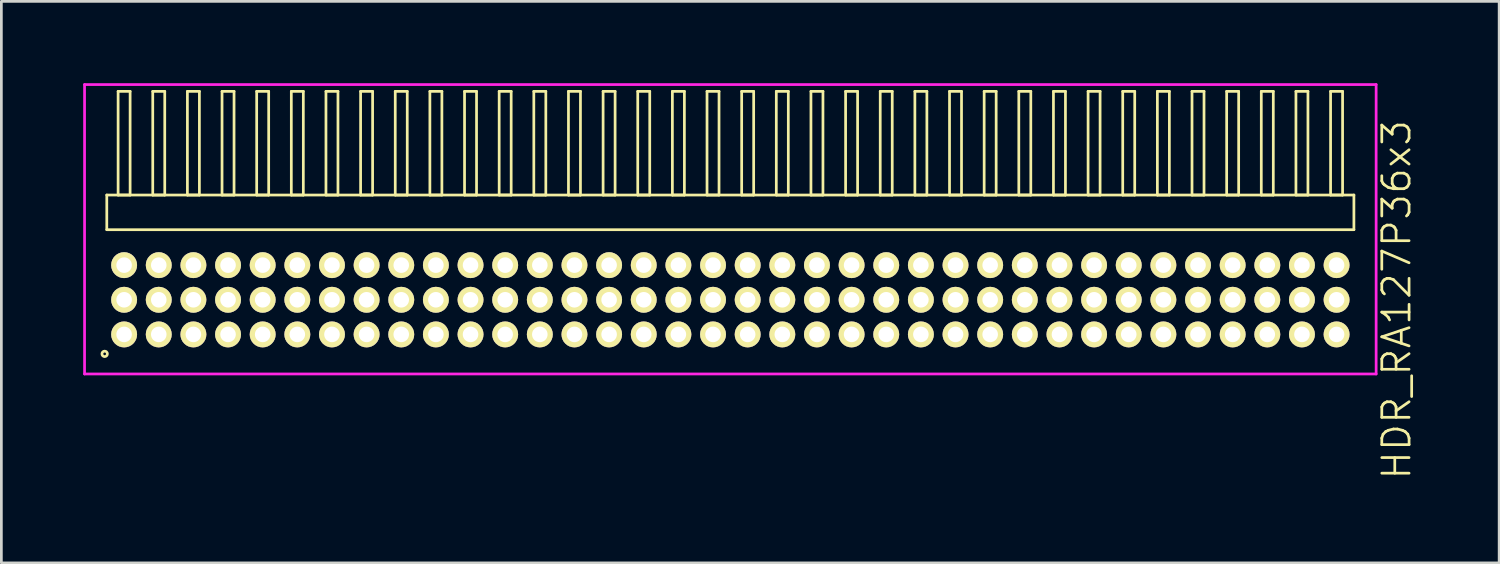
<source format=kicad_pcb>
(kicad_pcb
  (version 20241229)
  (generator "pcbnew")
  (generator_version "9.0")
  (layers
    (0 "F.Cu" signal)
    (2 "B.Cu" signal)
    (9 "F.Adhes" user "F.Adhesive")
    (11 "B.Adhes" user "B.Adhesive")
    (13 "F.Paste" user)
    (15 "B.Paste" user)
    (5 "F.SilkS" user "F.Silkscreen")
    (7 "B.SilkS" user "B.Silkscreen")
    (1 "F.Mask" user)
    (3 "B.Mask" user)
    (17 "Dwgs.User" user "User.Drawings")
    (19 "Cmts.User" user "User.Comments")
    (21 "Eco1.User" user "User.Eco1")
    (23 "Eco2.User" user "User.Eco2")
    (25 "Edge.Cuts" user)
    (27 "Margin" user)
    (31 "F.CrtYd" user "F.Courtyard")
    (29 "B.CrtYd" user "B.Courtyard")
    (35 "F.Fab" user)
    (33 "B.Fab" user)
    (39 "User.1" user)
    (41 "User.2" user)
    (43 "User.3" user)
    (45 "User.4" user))
  (footprint "HDR_RA127P36x3"
    (layer "F.Cu")
    (at 23.725 7.94)
    (property "Reference" "HDR_RA127P36x3" (at 24.425 0 90) (layer "F.SilkS") (effects (font (size 1 1) (thickness 0.1))))
    (attr through_hole)
    (fp_line (start -22.86 -3.84) (end -22.86 -2.57) (stroke (width 0.1) (type solid)) (layer "F.SilkS"))
    (fp_line (start -22.86 -2.57) (end 22.86 -2.57) (stroke (width 0.1) (type solid)) (layer "F.SilkS"))
    (fp_line (start -22.445 -7.64) (end -22.445 -3.84) (stroke (width 0.1) (type solid)) (layer "F.SilkS"))
    (fp_line (start -22.445 -3.84) (end -22.005 -3.84) (stroke (width 0.1) (type solid)) (layer "F.SilkS"))
    (fp_line (start -22.005 -7.64) (end -22.445 -7.64) (stroke (width 0.1) (type solid)) (layer "F.SilkS"))
    (fp_line (start -22.005 -3.84) (end -22.005 -7.64) (stroke (width 0.1) (type solid)) (layer "F.SilkS"))
    (fp_line (start -21.175 -7.64) (end -21.175 -3.84) (stroke (width 0.1) (type solid)) (layer "F.SilkS"))
    (fp_line (start -21.175 -3.84) (end -20.735 -3.84) (stroke (width 0.1) (type solid)) (layer "F.SilkS"))
    (fp_line (start -20.735 -7.64) (end -21.175 -7.64) (stroke (width 0.1) (type solid)) (layer "F.SilkS"))
    (fp_line (start -20.735 -3.84) (end -20.735 -7.64) (stroke (width 0.1) (type solid)) (layer "F.SilkS"))
    (fp_line (start -19.905 -7.64) (end -19.905 -3.84) (stroke (width 0.1) (type solid)) (layer "F.SilkS"))
    (fp_line (start -19.905 -3.84) (end -19.465 -3.84) (stroke (width 0.1) (type solid)) (layer "F.SilkS"))
    (fp_line (start -19.465 -7.64) (end -19.905 -7.64) (stroke (width 0.1) (type solid)) (layer "F.SilkS"))
    (fp_line (start -19.465 -3.84) (end -19.465 -7.64) (stroke (width 0.1) (type solid)) (layer "F.SilkS"))
    (fp_line (start -18.635 -7.64) (end -18.635 -3.84) (stroke (width 0.1) (type solid)) (layer "F.SilkS"))
    (fp_line (start -18.635 -3.84) (end -18.195 -3.84) (stroke (width 0.1) (type solid)) (layer "F.SilkS"))
    (fp_line (start -18.195 -7.64) (end -18.635 -7.64) (stroke (width 0.1) (type solid)) (layer "F.SilkS"))
    (fp_line (start -18.195 -3.84) (end -18.195 -7.64) (stroke (width 0.1) (type solid)) (layer "F.SilkS"))
    (fp_line (start -17.365 -7.64) (end -17.365 -3.84) (stroke (width 0.1) (type solid)) (layer "F.SilkS"))
    (fp_line (start -17.365 -3.84) (end -16.925 -3.84) (stroke (width 0.1) (type solid)) (layer "F.SilkS"))
    (fp_line (start -16.925 -7.64) (end -17.365 -7.64) (stroke (width 0.1) (type solid)) (layer "F.SilkS"))
    (fp_line (start -16.925 -3.84) (end -16.925 -7.64) (stroke (width 0.1) (type solid)) (layer "F.SilkS"))
    (fp_line (start -16.095 -7.64) (end -16.095 -3.84) (stroke (width 0.1) (type solid)) (layer "F.SilkS"))
    (fp_line (start -16.095 -3.84) (end -15.655 -3.84) (stroke (width 0.1) (type solid)) (layer "F.SilkS"))
    (fp_line (start -15.655 -7.64) (end -16.095 -7.64) (stroke (width 0.1) (type solid)) (layer "F.SilkS"))
    (fp_line (start -15.655 -3.84) (end -15.655 -7.64) (stroke (width 0.1) (type solid)) (layer "F.SilkS"))
    (fp_line (start -14.825 -7.64) (end -14.825 -3.84) (stroke (width 0.1) (type solid)) (layer "F.SilkS"))
    (fp_line (start -14.825 -3.84) (end -14.385 -3.84) (stroke (width 0.1) (type solid)) (layer "F.SilkS"))
    (fp_line (start -14.385 -7.64) (end -14.825 -7.64) (stroke (width 0.1) (type solid)) (layer "F.SilkS"))
    (fp_line (start -14.385 -3.84) (end -14.385 -7.64) (stroke (width 0.1) (type solid)) (layer "F.SilkS"))
    (fp_line (start -13.555 -7.64) (end -13.555 -3.84) (stroke (width 0.1) (type solid)) (layer "F.SilkS"))
    (fp_line (start -13.555 -3.84) (end -13.115 -3.84) (stroke (width 0.1) (type solid)) (layer "F.SilkS"))
    (fp_line (start -13.115 -7.64) (end -13.555 -7.64) (stroke (width 0.1) (type solid)) (layer "F.SilkS"))
    (fp_line (start -13.115 -3.84) (end -13.115 -7.64) (stroke (width 0.1) (type solid)) (layer "F.SilkS"))
    (fp_line (start -12.285 -7.64) (end -12.285 -3.84) (stroke (width 0.1) (type solid)) (layer "F.SilkS"))
    (fp_line (start -12.285 -3.84) (end -11.845 -3.84) (stroke (width 0.1) (type solid)) (layer "F.SilkS"))
    (fp_line (start -11.845 -7.64) (end -12.285 -7.64) (stroke (width 0.1) (type solid)) (layer "F.SilkS"))
    (fp_line (start -11.845 -3.84) (end -11.845 -7.64) (stroke (width 0.1) (type solid)) (layer "F.SilkS"))
    (fp_line (start -11.015 -7.64) (end -11.015 -3.84) (stroke (width 0.1) (type solid)) (layer "F.SilkS"))
    (fp_line (start -11.015 -3.84) (end -10.575 -3.84) (stroke (width 0.1) (type solid)) (layer "F.SilkS"))
    (fp_line (start -10.575 -7.64) (end -11.015 -7.64) (stroke (width 0.1) (type solid)) (layer "F.SilkS"))
    (fp_line (start -10.575 -3.84) (end -10.575 -7.64) (stroke (width 0.1) (type solid)) (layer "F.SilkS"))
    (fp_line (start -9.745 -7.64) (end -9.745 -3.84) (stroke (width 0.1) (type solid)) (layer "F.SilkS"))
    (fp_line (start -9.745 -3.84) (end -9.305 -3.84) (stroke (width 0.1) (type solid)) (layer "F.SilkS"))
    (fp_line (start -9.305 -7.64) (end -9.745 -7.64) (stroke (width 0.1) (type solid)) (layer "F.SilkS"))
    (fp_line (start -9.305 -3.84) (end -9.305 -7.64) (stroke (width 0.1) (type solid)) (layer "F.SilkS"))
    (fp_line (start -8.475 -7.64) (end -8.475 -3.84) (stroke (width 0.1) (type solid)) (layer "F.SilkS"))
    (fp_line (start -8.475 -3.84) (end -8.035 -3.84) (stroke (width 0.1) (type solid)) (layer "F.SilkS"))
    (fp_line (start -8.035 -7.64) (end -8.475 -7.64) (stroke (width 0.1) (type solid)) (layer "F.SilkS"))
    (fp_line (start -8.035 -3.84) (end -8.035 -7.64) (stroke (width 0.1) (type solid)) (layer "F.SilkS"))
    (fp_line (start -7.205 -7.64) (end -7.205 -3.84) (stroke (width 0.1) (type solid)) (layer "F.SilkS"))
    (fp_line (start -7.205 -3.84) (end -6.765 -3.84) (stroke (width 0.1) (type solid)) (layer "F.SilkS"))
    (fp_line (start -6.765 -7.64) (end -7.205 -7.64) (stroke (width 0.1) (type solid)) (layer "F.SilkS"))
    (fp_line (start -6.765 -3.84) (end -6.765 -7.64) (stroke (width 0.1) (type solid)) (layer "F.SilkS"))
    (fp_line (start -5.935 -7.64) (end -5.935 -3.84) (stroke (width 0.1) (type solid)) (layer "F.SilkS"))
    (fp_line (start -5.935 -3.84) (end -5.495 -3.84) (stroke (width 0.1) (type solid)) (layer "F.SilkS"))
    (fp_line (start -5.495 -7.64) (end -5.935 -7.64) (stroke (width 0.1) (type solid)) (layer "F.SilkS"))
    (fp_line (start -5.495 -3.84) (end -5.495 -7.64) (stroke (width 0.1) (type solid)) (layer "F.SilkS"))
    (fp_line (start -4.665 -7.64) (end -4.665 -3.84) (stroke (width 0.1) (type solid)) (layer "F.SilkS"))
    (fp_line (start -4.665 -3.84) (end -4.225 -3.84) (stroke (width 0.1) (type solid)) (layer "F.SilkS"))
    (fp_line (start -4.225 -7.64) (end -4.665 -7.64) (stroke (width 0.1) (type solid)) (layer "F.SilkS"))
    (fp_line (start -4.225 -3.84) (end -4.225 -7.64) (stroke (width 0.1) (type solid)) (layer "F.SilkS"))
    (fp_line (start -3.395 -7.64) (end -3.395 -3.84) (stroke (width 0.1) (type solid)) (layer "F.SilkS"))
    (fp_line (start -3.395 -3.84) (end -2.955 -3.84) (stroke (width 0.1) (type solid)) (layer "F.SilkS"))
    (fp_line (start -2.955 -7.64) (end -3.395 -7.64) (stroke (width 0.1) (type solid)) (layer "F.SilkS"))
    (fp_line (start -2.955 -3.84) (end -2.955 -7.64) (stroke (width 0.1) (type solid)) (layer "F.SilkS"))
    (fp_line (start -2.125 -7.64) (end -2.125 -3.84) (stroke (width 0.1) (type solid)) (layer "F.SilkS"))
    (fp_line (start -2.125 -3.84) (end -1.685 -3.84) (stroke (width 0.1) (type solid)) (layer "F.SilkS"))
    (fp_line (start -1.685 -7.64) (end -2.125 -7.64) (stroke (width 0.1) (type solid)) (layer "F.SilkS"))
    (fp_line (start -1.685 -3.84) (end -1.685 -7.64) (stroke (width 0.1) (type solid)) (layer "F.SilkS"))
    (fp_line (start -0.855 -7.64) (end -0.855 -3.84) (stroke (width 0.1) (type solid)) (layer "F.SilkS"))
    (fp_line (start -0.855 -3.84) (end -0.415 -3.84) (stroke (width 0.1) (type solid)) (layer "F.SilkS"))
    (fp_line (start -0.415 -7.64) (end -0.855 -7.64) (stroke (width 0.1) (type solid)) (layer "F.SilkS"))
    (fp_line (start -0.415 -3.84) (end -0.415 -7.64) (stroke (width 0.1) (type solid)) (layer "F.SilkS"))
    (fp_line (start 0.415 -7.64) (end 0.415 -3.84) (stroke (width 0.1) (type solid)) (layer "F.SilkS"))
    (fp_line (start 0.415 -3.84) (end 0.855 -3.84) (stroke (width 0.1) (type solid)) (layer "F.SilkS"))
    (fp_line (start 0.855 -7.64) (end 0.415 -7.64) (stroke (width 0.1) (type solid)) (layer "F.SilkS"))
    (fp_line (start 0.855 -3.84) (end 0.855 -7.64) (stroke (width 0.1) (type solid)) (layer "F.SilkS"))
    (fp_line (start 1.685 -7.64) (end 1.685 -3.84) (stroke (width 0.1) (type solid)) (layer "F.SilkS"))
    (fp_line (start 1.685 -3.84) (end 2.125 -3.84) (stroke (width 0.1) (type solid)) (layer "F.SilkS"))
    (fp_line (start 2.125 -7.64) (end 1.685 -7.64) (stroke (width 0.1) (type solid)) (layer "F.SilkS"))
    (fp_line (start 2.125 -3.84) (end 2.125 -7.64) (stroke (width 0.1) (type solid)) (layer "F.SilkS"))
    (fp_line (start 2.955 -7.64) (end 2.955 -3.84) (stroke (width 0.1) (type solid)) (layer "F.SilkS"))
    (fp_line (start 2.955 -3.84) (end 3.395 -3.84) (stroke (width 0.1) (type solid)) (layer "F.SilkS"))
    (fp_line (start 3.395 -7.64) (end 2.955 -7.64) (stroke (width 0.1) (type solid)) (layer "F.SilkS"))
    (fp_line (start 3.395 -3.84) (end 3.395 -7.64) (stroke (width 0.1) (type solid)) (layer "F.SilkS"))
    (fp_line (start 4.225 -7.64) (end 4.225 -3.84) (stroke (width 0.1) (type solid)) (layer "F.SilkS"))
    (fp_line (start 4.225 -3.84) (end 4.665 -3.84) (stroke (width 0.1) (type solid)) (layer "F.SilkS"))
    (fp_line (start 4.665 -7.64) (end 4.225 -7.64) (stroke (width 0.1) (type solid)) (layer "F.SilkS"))
    (fp_line (start 4.665 -3.84) (end 4.665 -7.64) (stroke (width 0.1) (type solid)) (layer "F.SilkS"))
    (fp_line (start 5.495 -7.64) (end 5.495 -3.84) (stroke (width 0.1) (type solid)) (layer "F.SilkS"))
    (fp_line (start 5.495 -3.84) (end 5.935 -3.84) (stroke (width 0.1) (type solid)) (layer "F.SilkS"))
    (fp_line (start 5.935 -7.64) (end 5.495 -7.64) (stroke (width 0.1) (type solid)) (layer "F.SilkS"))
    (fp_line (start 5.935 -3.84) (end 5.935 -7.64) (stroke (width 0.1) (type solid)) (layer "F.SilkS"))
    (fp_line (start 6.765 -7.64) (end 6.765 -3.84) (stroke (width 0.1) (type solid)) (layer "F.SilkS"))
    (fp_line (start 6.765 -3.84) (end 7.205 -3.84) (stroke (width 0.1) (type solid)) (layer "F.SilkS"))
    (fp_line (start 7.205 -7.64) (end 6.765 -7.64) (stroke (width 0.1) (type solid)) (layer "F.SilkS"))
    (fp_line (start 7.205 -3.84) (end 7.205 -7.64) (stroke (width 0.1) (type solid)) (layer "F.SilkS"))
    (fp_line (start 8.035 -7.64) (end 8.035 -3.84) (stroke (width 0.1) (type solid)) (layer "F.SilkS"))
    (fp_line (start 8.035 -3.84) (end 8.475 -3.84) (stroke (width 0.1) (type solid)) (layer "F.SilkS"))
    (fp_line (start 8.475 -7.64) (end 8.035 -7.64) (stroke (width 0.1) (type solid)) (layer "F.SilkS"))
    (fp_line (start 8.475 -3.84) (end 8.475 -7.64) (stroke (width 0.1) (type solid)) (layer "F.SilkS"))
    (fp_line (start 9.305 -7.64) (end 9.305 -3.84) (stroke (width 0.1) (type solid)) (layer "F.SilkS"))
    (fp_line (start 9.305 -3.84) (end 9.745 -3.84) (stroke (width 0.1) (type solid)) (layer "F.SilkS"))
    (fp_line (start 9.745 -7.64) (end 9.305 -7.64) (stroke (width 0.1) (type solid)) (layer "F.SilkS"))
    (fp_line (start 9.745 -3.84) (end 9.745 -7.64) (stroke (width 0.1) (type solid)) (layer "F.SilkS"))
    (fp_line (start 10.575 -7.64) (end 10.575 -3.84) (stroke (width 0.1) (type solid)) (layer "F.SilkS"))
    (fp_line (start 10.575 -3.84) (end 11.015 -3.84) (stroke (width 0.1) (type solid)) (layer "F.SilkS"))
    (fp_line (start 11.015 -7.64) (end 10.575 -7.64) (stroke (width 0.1) (type solid)) (layer "F.SilkS"))
    (fp_line (start 11.015 -3.84) (end 11.015 -7.64) (stroke (width 0.1) (type solid)) (layer "F.SilkS"))
    (fp_line (start 11.845 -7.64) (end 11.845 -3.84) (stroke (width 0.1) (type solid)) (layer "F.SilkS"))
    (fp_line (start 11.845 -3.84) (end 12.285 -3.84) (stroke (width 0.1) (type solid)) (layer "F.SilkS"))
    (fp_line (start 12.285 -7.64) (end 11.845 -7.64) (stroke (width 0.1) (type solid)) (layer "F.SilkS"))
    (fp_line (start 12.285 -3.84) (end 12.285 -7.64) (stroke (width 0.1) (type solid)) (layer "F.SilkS"))
    (fp_line (start 13.115 -7.64) (end 13.115 -3.84) (stroke (width 0.1) (type solid)) (layer "F.SilkS"))
    (fp_line (start 13.115 -3.84) (end 13.555 -3.84) (stroke (width 0.1) (type solid)) (layer "F.SilkS"))
    (fp_line (start 13.555 -7.64) (end 13.115 -7.64) (stroke (width 0.1) (type solid)) (layer "F.SilkS"))
    (fp_line (start 13.555 -3.84) (end 13.555 -7.64) (stroke (width 0.1) (type solid)) (layer "F.SilkS"))
    (fp_line (start 14.385 -7.64) (end 14.385 -3.84) (stroke (width 0.1) (type solid)) (layer "F.SilkS"))
    (fp_line (start 14.385 -3.84) (end 14.825 -3.84) (stroke (width 0.1) (type solid)) (layer "F.SilkS"))
    (fp_line (start 14.825 -7.64) (end 14.385 -7.64) (stroke (width 0.1) (type solid)) (layer "F.SilkS"))
    (fp_line (start 14.825 -3.84) (end 14.825 -7.64) (stroke (width 0.1) (type solid)) (layer "F.SilkS"))
    (fp_line (start 15.655 -7.64) (end 15.655 -3.84) (stroke (width 0.1) (type solid)) (layer "F.SilkS"))
    (fp_line (start 15.655 -3.84) (end 16.095 -3.84) (stroke (width 0.1) (type solid)) (layer "F.SilkS"))
    (fp_line (start 16.095 -7.64) (end 15.655 -7.64) (stroke (width 0.1) (type solid)) (layer "F.SilkS"))
    (fp_line (start 16.095 -3.84) (end 16.095 -7.64) (stroke (width 0.1) (type solid)) (layer "F.SilkS"))
    (fp_line (start 16.925 -7.64) (end 16.925 -3.84) (stroke (width 0.1) (type solid)) (layer "F.SilkS"))
    (fp_line (start 16.925 -3.84) (end 17.365 -3.84) (stroke (width 0.1) (type solid)) (layer "F.SilkS"))
    (fp_line (start 17.365 -7.64) (end 16.925 -7.64) (stroke (width 0.1) (type solid)) (layer "F.SilkS"))
    (fp_line (start 17.365 -3.84) (end 17.365 -7.64) (stroke (width 0.1) (type solid)) (layer "F.SilkS"))
    (fp_line (start 18.195 -7.64) (end 18.195 -3.84) (stroke (width 0.1) (type solid)) (layer "F.SilkS"))
    (fp_line (start 18.195 -3.84) (end 18.635 -3.84) (stroke (width 0.1) (type solid)) (layer "F.SilkS"))
    (fp_line (start 18.635 -7.64) (end 18.195 -7.64) (stroke (width 0.1) (type solid)) (layer "F.SilkS"))
    (fp_line (start 18.635 -3.84) (end 18.635 -7.64) (stroke (width 0.1) (type solid)) (layer "F.SilkS"))
    (fp_line (start 19.465 -7.64) (end 19.465 -3.84) (stroke (width 0.1) (type solid)) (layer "F.SilkS"))
    (fp_line (start 19.465 -3.84) (end 19.905 -3.84) (stroke (width 0.1) (type solid)) (layer "F.SilkS"))
    (fp_line (start 19.905 -7.64) (end 19.465 -7.64) (stroke (width 0.1) (type solid)) (layer "F.SilkS"))
    (fp_line (start 19.905 -3.84) (end 19.905 -7.64) (stroke (width 0.1) (type solid)) (layer "F.SilkS"))
    (fp_line (start 20.735 -7.64) (end 20.735 -3.84) (stroke (width 0.1) (type solid)) (layer "F.SilkS"))
    (fp_line (start 20.735 -3.84) (end 21.175 -3.84) (stroke (width 0.1) (type solid)) (layer "F.SilkS"))
    (fp_line (start 21.175 -7.64) (end 20.735 -7.64) (stroke (width 0.1) (type solid)) (layer "F.SilkS"))
    (fp_line (start 21.175 -3.84) (end 21.175 -7.64) (stroke (width 0.1) (type solid)) (layer "F.SilkS"))
    (fp_line (start 22.005 -7.64) (end 22.005 -3.84) (stroke (width 0.1) (type solid)) (layer "F.SilkS"))
    (fp_line (start 22.005 -3.84) (end 22.445 -3.84) (stroke (width 0.1) (type solid)) (layer "F.SilkS"))
    (fp_line (start 22.445 -7.64) (end 22.005 -7.64) (stroke (width 0.1) (type solid)) (layer "F.SilkS"))
    (fp_line (start 22.445 -3.84) (end 22.445 -7.64) (stroke (width 0.1) (type solid)) (layer "F.SilkS"))
    (fp_line (start 22.86 -3.84) (end -22.86 -3.84) (stroke (width 0.1) (type solid)) (layer "F.SilkS"))
    (fp_line (start 22.86 -2.57) (end 22.86 -3.84) (stroke (width 0.1) (type solid)) (layer "F.SilkS"))
    (fp_circle (center -22.938 1.983) (end -22.838 1.983) (stroke (width 0.1) (type solid)) (fill no) (layer "F.SilkS"))
    (fp_line (start -23.675 -7.89) (end -23.675 2.72) (stroke (width 0.1) (type solid)) (layer "F.CrtYd"))
    (fp_line (start -23.675 2.72) (end 23.675 2.72) (stroke (width 0.1) (type solid)) (layer "F.CrtYd"))
    (fp_line (start 23.675 -7.89) (end -23.675 -7.89) (stroke (width 0.1) (type solid)) (layer "F.CrtYd"))
    (fp_line (start 23.675 2.72) (end 23.675 -7.89) (stroke (width 0.1) (type solid)) (layer "F.CrtYd"))
    (pad "1" thru_hole oval (at -22.225 1.27) (size 0.95 0.95) (drill 0.57) (layers "*.Cu" "*.Mask" "F.SilkS"))
    (pad "2" thru_hole oval (at -22.225 0) (size 0.95 0.95) (drill 0.57) (layers "*.Cu" "*.Mask" "F.SilkS"))
    (pad "3" thru_hole oval (at -22.225 -1.27) (size 0.95 0.95) (drill 0.57) (layers "*.Cu" "*.Mask" "F.SilkS"))
    (pad "4" thru_hole oval (at -20.955 1.27) (size 0.95 0.95) (drill 0.57) (layers "*.Cu" "*.Mask" "F.SilkS"))
    (pad "5" thru_hole oval (at -20.955 0) (size 0.95 0.95) (drill 0.57) (layers "*.Cu" "*.Mask" "F.SilkS"))
    (pad "6" thru_hole oval (at -20.955 -1.27) (size 0.95 0.95) (drill 0.57) (layers "*.Cu" "*.Mask" "F.SilkS"))
    (pad "7" thru_hole oval (at -19.685 1.27) (size 0.95 0.95) (drill 0.57) (layers "*.Cu" "*.Mask" "F.SilkS"))
    (pad "8" thru_hole oval (at -19.685 0) (size 0.95 0.95) (drill 0.57) (layers "*.Cu" "*.Mask" "F.SilkS"))
    (pad "9" thru_hole oval (at -19.685 -1.27) (size 0.95 0.95) (drill 0.57) (layers "*.Cu" "*.Mask" "F.SilkS"))
    (pad "10" thru_hole oval (at -18.415 1.27) (size 0.95 0.95) (drill 0.57) (layers "*.Cu" "*.Mask" "F.SilkS"))
    (pad "11" thru_hole oval (at -18.415 0) (size 0.95 0.95) (drill 0.57) (layers "*.Cu" "*.Mask" "F.SilkS"))
    (pad "12" thru_hole oval (at -18.415 -1.27) (size 0.95 0.95) (drill 0.57) (layers "*.Cu" "*.Mask" "F.SilkS"))
    (pad "13" thru_hole oval (at -17.145 1.27) (size 0.95 0.95) (drill 0.57) (layers "*.Cu" "*.Mask" "F.SilkS"))
    (pad "14" thru_hole oval (at -17.145 0) (size 0.95 0.95) (drill 0.57) (layers "*.Cu" "*.Mask" "F.SilkS"))
    (pad "15" thru_hole oval (at -17.145 -1.27) (size 0.95 0.95) (drill 0.57) (layers "*.Cu" "*.Mask" "F.SilkS"))
    (pad "16" thru_hole oval (at -15.875 1.27) (size 0.95 0.95) (drill 0.57) (layers "*.Cu" "*.Mask" "F.SilkS"))
    (pad "17" thru_hole oval (at -15.875 0) (size 0.95 0.95) (drill 0.57) (layers "*.Cu" "*.Mask" "F.SilkS"))
    (pad "18" thru_hole oval (at -15.875 -1.27) (size 0.95 0.95) (drill 0.57) (layers "*.Cu" "*.Mask" "F.SilkS"))
    (pad "19" thru_hole oval (at -14.605 1.27) (size 0.95 0.95) (drill 0.57) (layers "*.Cu" "*.Mask" "F.SilkS"))
    (pad "20" thru_hole oval (at -14.605 0) (size 0.95 0.95) (drill 0.57) (layers "*.Cu" "*.Mask" "F.SilkS"))
    (pad "21" thru_hole oval (at -14.605 -1.27) (size 0.95 0.95) (drill 0.57) (layers "*.Cu" "*.Mask" "F.SilkS"))
    (pad "22" thru_hole oval (at -13.335 1.27) (size 0.95 0.95) (drill 0.57) (layers "*.Cu" "*.Mask" "F.SilkS"))
    (pad "23" thru_hole oval (at -13.335 0) (size 0.95 0.95) (drill 0.57) (layers "*.Cu" "*.Mask" "F.SilkS"))
    (pad "24" thru_hole oval (at -13.335 -1.27) (size 0.95 0.95) (drill 0.57) (layers "*.Cu" "*.Mask" "F.SilkS"))
    (pad "25" thru_hole oval (at -12.065 1.27) (size 0.95 0.95) (drill 0.57) (layers "*.Cu" "*.Mask" "F.SilkS"))
    (pad "26" thru_hole oval (at -12.065 0) (size 0.95 0.95) (drill 0.57) (layers "*.Cu" "*.Mask" "F.SilkS"))
    (pad "27" thru_hole oval (at -12.065 -1.27) (size 0.95 0.95) (drill 0.57) (layers "*.Cu" "*.Mask" "F.SilkS"))
    (pad "28" thru_hole oval (at -10.795 1.27) (size 0.95 0.95) (drill 0.57) (layers "*.Cu" "*.Mask" "F.SilkS"))
    (pad "29" thru_hole oval (at -10.795 0) (size 0.95 0.95) (drill 0.57) (layers "*.Cu" "*.Mask" "F.SilkS"))
    (pad "30" thru_hole oval (at -10.795 -1.27) (size 0.95 0.95) (drill 0.57) (layers "*.Cu" "*.Mask" "F.SilkS"))
    (pad "31" thru_hole oval (at -9.525 1.27) (size 0.95 0.95) (drill 0.57) (layers "*.Cu" "*.Mask" "F.SilkS"))
    (pad "32" thru_hole oval (at -9.525 0) (size 0.95 0.95) (drill 0.57) (layers "*.Cu" "*.Mask" "F.SilkS"))
    (pad "33" thru_hole oval (at -9.525 -1.27) (size 0.95 0.95) (drill 0.57) (layers "*.Cu" "*.Mask" "F.SilkS"))
    (pad "34" thru_hole oval (at -8.255 1.27) (size 0.95 0.95) (drill 0.57) (layers "*.Cu" "*.Mask" "F.SilkS"))
    (pad "35" thru_hole oval (at -8.255 0) (size 0.95 0.95) (drill 0.57) (layers "*.Cu" "*.Mask" "F.SilkS"))
    (pad "36" thru_hole oval (at -8.255 -1.27) (size 0.95 0.95) (drill 0.57) (layers "*.Cu" "*.Mask" "F.SilkS"))
    (pad "37" thru_hole oval (at -6.985 1.27) (size 0.95 0.95) (drill 0.57) (layers "*.Cu" "*.Mask" "F.SilkS"))
    (pad "38" thru_hole oval (at -6.985 0) (size 0.95 0.95) (drill 0.57) (layers "*.Cu" "*.Mask" "F.SilkS"))
    (pad "39" thru_hole oval (at -6.985 -1.27) (size 0.95 0.95) (drill 0.57) (layers "*.Cu" "*.Mask" "F.SilkS"))
    (pad "40" thru_hole oval (at -5.715 1.27) (size 0.95 0.95) (drill 0.57) (layers "*.Cu" "*.Mask" "F.SilkS"))
    (pad "41" thru_hole oval (at -5.715 0) (size 0.95 0.95) (drill 0.57) (layers "*.Cu" "*.Mask" "F.SilkS"))
    (pad "42" thru_hole oval (at -5.715 -1.27) (size 0.95 0.95) (drill 0.57) (layers "*.Cu" "*.Mask" "F.SilkS"))
    (pad "43" thru_hole oval (at -4.445 1.27) (size 0.95 0.95) (drill 0.57) (layers "*.Cu" "*.Mask" "F.SilkS"))
    (pad "44" thru_hole oval (at -4.445 0) (size 0.95 0.95) (drill 0.57) (layers "*.Cu" "*.Mask" "F.SilkS"))
    (pad "45" thru_hole oval (at -4.445 -1.27) (size 0.95 0.95) (drill 0.57) (layers "*.Cu" "*.Mask" "F.SilkS"))
    (pad "46" thru_hole oval (at -3.175 1.27) (size 0.95 0.95) (drill 0.57) (layers "*.Cu" "*.Mask" "F.SilkS"))
    (pad "47" thru_hole oval (at -3.175 0) (size 0.95 0.95) (drill 0.57) (layers "*.Cu" "*.Mask" "F.SilkS"))
    (pad "48" thru_hole oval (at -3.175 -1.27) (size 0.95 0.95) (drill 0.57) (layers "*.Cu" "*.Mask" "F.SilkS"))
    (pad "49" thru_hole oval (at -1.905 1.27) (size 0.95 0.95) (drill 0.57) (layers "*.Cu" "*.Mask" "F.SilkS"))
    (pad "50" thru_hole oval (at -1.905 0) (size 0.95 0.95) (drill 0.57) (layers "*.Cu" "*.Mask" "F.SilkS"))
    (pad "51" thru_hole oval (at -1.905 -1.27) (size 0.95 0.95) (drill 0.57) (layers "*.Cu" "*.Mask" "F.SilkS"))
    (pad "52" thru_hole oval (at -0.635 1.27) (size 0.95 0.95) (drill 0.57) (layers "*.Cu" "*.Mask" "F.SilkS"))
    (pad "53" thru_hole oval (at -0.635 0) (size 0.95 0.95) (drill 0.57) (layers "*.Cu" "*.Mask" "F.SilkS"))
    (pad "54" thru_hole oval (at -0.635 -1.27) (size 0.95 0.95) (drill 0.57) (layers "*.Cu" "*.Mask" "F.SilkS"))
    (pad "55" thru_hole oval (at 0.635 1.27) (size 0.95 0.95) (drill 0.57) (layers "*.Cu" "*.Mask" "F.SilkS"))
    (pad "56" thru_hole oval (at 0.635 0) (size 0.95 0.95) (drill 0.57) (layers "*.Cu" "*.Mask" "F.SilkS"))
    (pad "57" thru_hole oval (at 0.635 -1.27) (size 0.95 0.95) (drill 0.57) (layers "*.Cu" "*.Mask" "F.SilkS"))
    (pad "58" thru_hole oval (at 1.905 1.27) (size 0.95 0.95) (drill 0.57) (layers "*.Cu" "*.Mask" "F.SilkS"))
    (pad "59" thru_hole oval (at 1.905 0) (size 0.95 0.95) (drill 0.57) (layers "*.Cu" "*.Mask" "F.SilkS"))
    (pad "60" thru_hole oval (at 1.905 -1.27) (size 0.95 0.95) (drill 0.57) (layers "*.Cu" "*.Mask" "F.SilkS"))
    (pad "61" thru_hole oval (at 3.175 1.27) (size 0.95 0.95) (drill 0.57) (layers "*.Cu" "*.Mask" "F.SilkS"))
    (pad "62" thru_hole oval (at 3.175 0) (size 0.95 0.95) (drill 0.57) (layers "*.Cu" "*.Mask" "F.SilkS"))
    (pad "63" thru_hole oval (at 3.175 -1.27) (size 0.95 0.95) (drill 0.57) (layers "*.Cu" "*.Mask" "F.SilkS"))
    (pad "64" thru_hole oval (at 4.445 1.27) (size 0.95 0.95) (drill 0.57) (layers "*.Cu" "*.Mask" "F.SilkS"))
    (pad "65" thru_hole oval (at 4.445 0) (size 0.95 0.95) (drill 0.57) (layers "*.Cu" "*.Mask" "F.SilkS"))
    (pad "66" thru_hole oval (at 4.445 -1.27) (size 0.95 0.95) (drill 0.57) (layers "*.Cu" "*.Mask" "F.SilkS"))
    (pad "67" thru_hole oval (at 5.715 1.27) (size 0.95 0.95) (drill 0.57) (layers "*.Cu" "*.Mask" "F.SilkS"))
    (pad "68" thru_hole oval (at 5.715 0) (size 0.95 0.95) (drill 0.57) (layers "*.Cu" "*.Mask" "F.SilkS"))
    (pad "69" thru_hole oval (at 5.715 -1.27) (size 0.95 0.95) (drill 0.57) (layers "*.Cu" "*.Mask" "F.SilkS"))
    (pad "70" thru_hole oval (at 6.985 1.27) (size 0.95 0.95) (drill 0.57) (layers "*.Cu" "*.Mask" "F.SilkS"))
    (pad "71" thru_hole oval (at 6.985 0) (size 0.95 0.95) (drill 0.57) (layers "*.Cu" "*.Mask" "F.SilkS"))
    (pad "72" thru_hole oval (at 6.985 -1.27) (size 0.95 0.95) (drill 0.57) (layers "*.Cu" "*.Mask" "F.SilkS"))
    (pad "73" thru_hole oval (at 8.255 1.27) (size 0.95 0.95) (drill 0.57) (layers "*.Cu" "*.Mask" "F.SilkS"))
    (pad "74" thru_hole oval (at 8.255 0) (size 0.95 0.95) (drill 0.57) (layers "*.Cu" "*.Mask" "F.SilkS"))
    (pad "75" thru_hole oval (at 8.255 -1.27) (size 0.95 0.95) (drill 0.57) (layers "*.Cu" "*.Mask" "F.SilkS"))
    (pad "76" thru_hole oval (at 9.525 1.27) (size 0.95 0.95) (drill 0.57) (layers "*.Cu" "*.Mask" "F.SilkS"))
    (pad "77" thru_hole oval (at 9.525 0) (size 0.95 0.95) (drill 0.57) (layers "*.Cu" "*.Mask" "F.SilkS"))
    (pad "78" thru_hole oval (at 9.525 -1.27) (size 0.95 0.95) (drill 0.57) (layers "*.Cu" "*.Mask" "F.SilkS"))
    (pad "79" thru_hole oval (at 10.795 1.27) (size 0.95 0.95) (drill 0.57) (layers "*.Cu" "*.Mask" "F.SilkS"))
    (pad "80" thru_hole oval (at 10.795 0) (size 0.95 0.95) (drill 0.57) (layers "*.Cu" "*.Mask" "F.SilkS"))
    (pad "81" thru_hole oval (at 10.795 -1.27) (size 0.95 0.95) (drill 0.57) (layers "*.Cu" "*.Mask" "F.SilkS"))
    (pad "82" thru_hole oval (at 12.065 1.27) (size 0.95 0.95) (drill 0.57) (layers "*.Cu" "*.Mask" "F.SilkS"))
    (pad "83" thru_hole oval (at 12.065 0) (size 0.95 0.95) (drill 0.57) (layers "*.Cu" "*.Mask" "F.SilkS"))
    (pad "84" thru_hole oval (at 12.065 -1.27) (size 0.95 0.95) (drill 0.57) (layers "*.Cu" "*.Mask" "F.SilkS"))
    (pad "85" thru_hole oval (at 13.335 1.27) (size 0.95 0.95) (drill 0.57) (layers "*.Cu" "*.Mask" "F.SilkS"))
    (pad "86" thru_hole oval (at 13.335 0) (size 0.95 0.95) (drill 0.57) (layers "*.Cu" "*.Mask" "F.SilkS"))
    (pad "87" thru_hole oval (at 13.335 -1.27) (size 0.95 0.95) (drill 0.57) (layers "*.Cu" "*.Mask" "F.SilkS"))
    (pad "88" thru_hole oval (at 14.605 1.27) (size 0.95 0.95) (drill 0.57) (layers "*.Cu" "*.Mask" "F.SilkS"))
    (pad "89" thru_hole oval (at 14.605 0) (size 0.95 0.95) (drill 0.57) (layers "*.Cu" "*.Mask" "F.SilkS"))
    (pad "90" thru_hole oval (at 14.605 -1.27) (size 0.95 0.95) (drill 0.57) (layers "*.Cu" "*.Mask" "F.SilkS"))
    (pad "91" thru_hole oval (at 15.875 1.27) (size 0.95 0.95) (drill 0.57) (layers "*.Cu" "*.Mask" "F.SilkS"))
    (pad "92" thru_hole oval (at 15.875 0) (size 0.95 0.95) (drill 0.57) (layers "*.Cu" "*.Mask" "F.SilkS"))
    (pad "93" thru_hole oval (at 15.875 -1.27) (size 0.95 0.95) (drill 0.57) (layers "*.Cu" "*.Mask" "F.SilkS"))
    (pad "94" thru_hole oval (at 17.145 1.27) (size 0.95 0.95) (drill 0.57) (layers "*.Cu" "*.Mask" "F.SilkS"))
    (pad "95" thru_hole oval (at 17.145 0) (size 0.95 0.95) (drill 0.57) (layers "*.Cu" "*.Mask" "F.SilkS"))
    (pad "96" thru_hole oval (at 17.145 -1.27) (size 0.95 0.95) (drill 0.57) (layers "*.Cu" "*.Mask" "F.SilkS"))
    (pad "97" thru_hole oval (at 18.415 1.27) (size 0.95 0.95) (drill 0.57) (layers "*.Cu" "*.Mask" "F.SilkS"))
    (pad "98" thru_hole oval (at 18.415 0) (size 0.95 0.95) (drill 0.57) (layers "*.Cu" "*.Mask" "F.SilkS"))
    (pad "99" thru_hole oval (at 18.415 -1.27) (size 0.95 0.95) (drill 0.57) (layers "*.Cu" "*.Mask" "F.SilkS"))
    (pad "100" thru_hole oval (at 19.685 1.27) (size 0.95 0.95) (drill 0.57) (layers "*.Cu" "*.Mask" "F.SilkS"))
    (pad "101" thru_hole oval (at 19.685 0) (size 0.95 0.95) (drill 0.57) (layers "*.Cu" "*.Mask" "F.SilkS"))
    (pad "102" thru_hole oval (at 19.685 -1.27) (size 0.95 0.95) (drill 0.57) (layers "*.Cu" "*.Mask" "F.SilkS"))
    (pad "103" thru_hole oval (at 20.955 1.27) (size 0.95 0.95) (drill 0.57) (layers "*.Cu" "*.Mask" "F.SilkS"))
    (pad "104" thru_hole oval (at 20.955 0) (size 0.95 0.95) (drill 0.57) (layers "*.Cu" "*.Mask" "F.SilkS"))
    (pad "105" thru_hole oval (at 20.955 -1.27) (size 0.95 0.95) (drill 0.57) (layers "*.Cu" "*.Mask" "F.SilkS"))
    (pad "106" thru_hole oval (at 22.225 1.27) (size 0.95 0.95) (drill 0.57) (layers "*.Cu" "*.Mask" "F.SilkS"))
    (pad "107" thru_hole oval (at 22.225 0) (size 0.95 0.95) (drill 0.57) (layers "*.Cu" "*.Mask" "F.SilkS"))
    (pad "108" thru_hole oval (at 22.225 -1.27) (size 0.95 0.95) (drill 0.57) (layers "*.Cu" "*.Mask" "F.SilkS")))
  (gr_rect
    (start -3 -3)
    (end 51.91 17.585)
    (stroke (width 0.1) (type default))
    (fill no)
    (layer "Edge.Cuts")))
</source>
